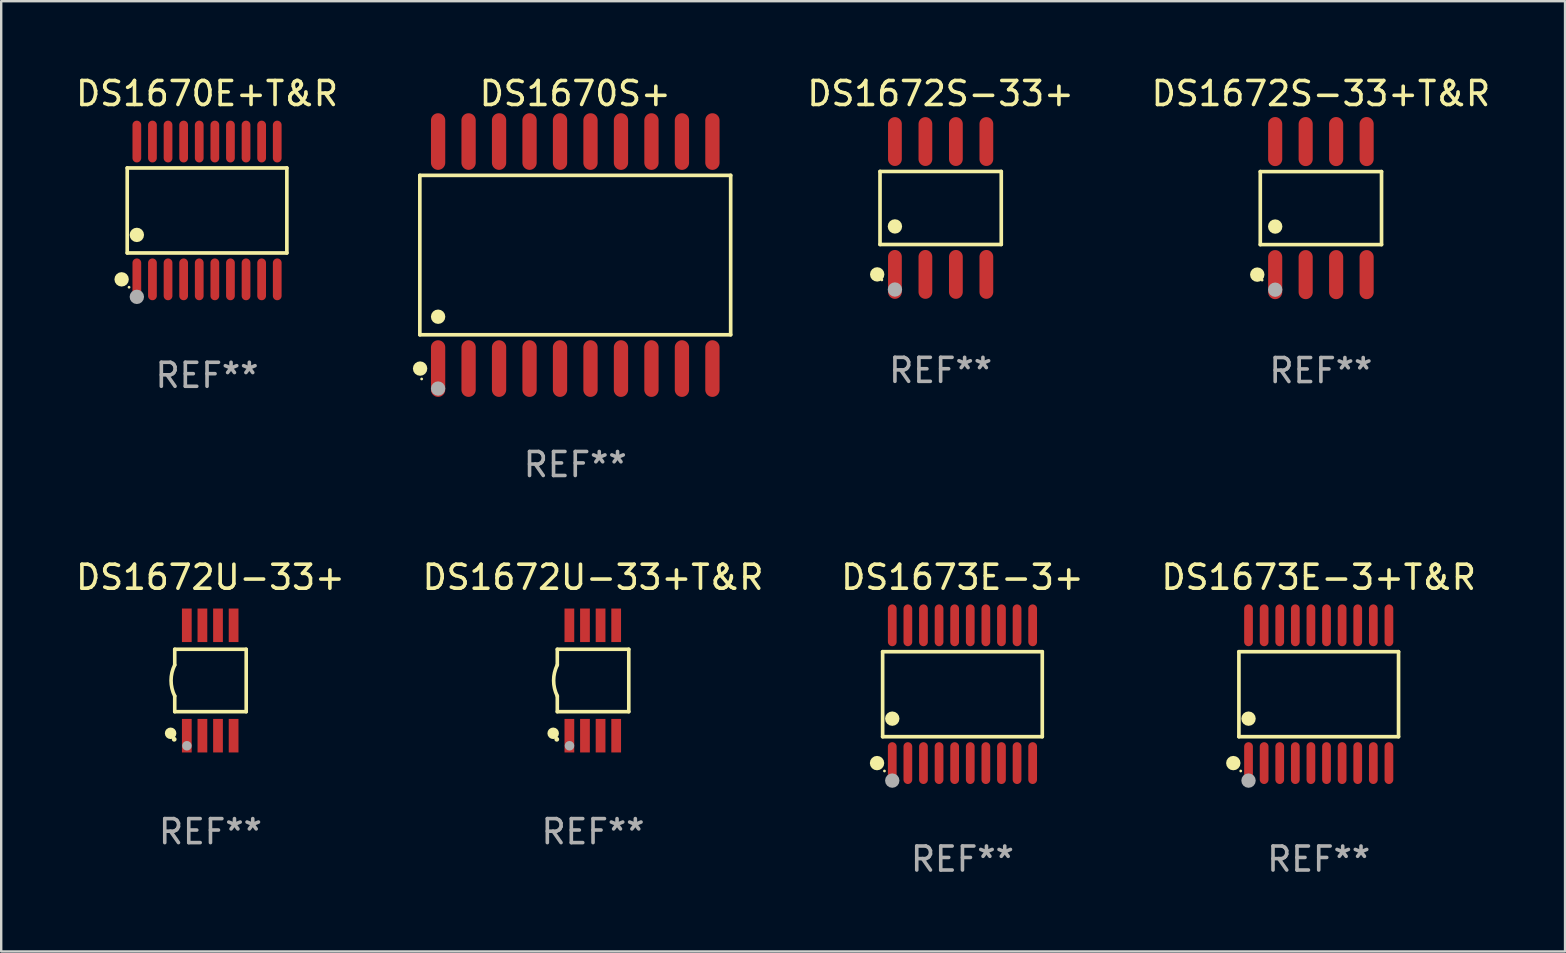
<source format=kicad_pcb>
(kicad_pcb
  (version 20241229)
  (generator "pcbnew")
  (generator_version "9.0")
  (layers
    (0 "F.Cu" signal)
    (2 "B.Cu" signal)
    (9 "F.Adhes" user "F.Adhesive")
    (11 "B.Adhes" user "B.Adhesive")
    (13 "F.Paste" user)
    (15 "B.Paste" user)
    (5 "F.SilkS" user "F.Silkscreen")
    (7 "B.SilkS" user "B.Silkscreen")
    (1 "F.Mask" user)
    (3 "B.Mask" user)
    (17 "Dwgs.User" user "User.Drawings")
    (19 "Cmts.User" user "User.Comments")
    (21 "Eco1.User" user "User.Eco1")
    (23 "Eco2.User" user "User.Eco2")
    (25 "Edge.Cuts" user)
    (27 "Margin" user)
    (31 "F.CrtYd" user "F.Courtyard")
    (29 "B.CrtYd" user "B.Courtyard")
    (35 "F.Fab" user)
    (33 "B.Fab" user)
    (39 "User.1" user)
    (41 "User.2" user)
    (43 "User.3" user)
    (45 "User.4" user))
  (footprint "DS1672U-33+"
    (layer "F.Cu")
    (at 5.72 25.305)
    (property "Reference" "DS1672U-33+" (at 0 -4.3 0) (layer "F.SilkS") (effects (font (size 1 1) (thickness 0.15))))
    (attr through_hole)
    (fp_line (start -1.489 -1.3) (end -1.489 -0.648) (stroke (width 0.15) (type solid)) (layer "F.SilkS"))
    (fp_line (start -1.489 0.648) (end -1.489 1.3) (stroke (width 0.15) (type solid)) (layer "F.SilkS"))
    (fp_line (start -1.489 1.3) (end 1.489 1.3) (stroke (width 0.15) (type solid)) (layer "F.SilkS"))
    (fp_line (start 1.489 -1.3) (end -1.489 -1.3) (stroke (width 0.15) (type solid)) (layer "F.SilkS"))
    (fp_line (start 1.489 1.3) (end 1.489 -1.3) (stroke (width 0.15) (type solid)) (layer "F.SilkS"))
    (fp_arc (start -1.489205 0.647702) (mid -1.642107 0) (end -1.489205 -0.647701) (stroke (width 0.150013) (type solid)) (layer "F.SilkS"))
    (fp_circle (center -1.661 2.2) (end -1.541 2.2) (stroke (width 0.24) (type solid)) (fill no) (layer "F.SilkS"))
    (fp_circle (center -1.511 2.45) (end -1.461 2.45) (stroke (width 0.1) (type solid)) (fill no) (layer "F.SilkS"))
    (fp_circle (center -0.981 2.72) (end -0.881 2.72) (stroke (width 0.2) (type solid)) (fill no) (layer "F.Fab"))
    (fp_text user "REF**" (at 0 6.3 0) (layer "F.Fab") (effects (font (size 1 1) (thickness 0.15))))
    (pad "1" smd rect (at -0.986 2.3) (size 0.406 1.397) (layers "F.Cu" "F.Mask" "F.Paste"))
    (pad "2" smd rect (at -0.336 2.3) (size 0.406 1.397) (layers "F.Cu" "F.Mask" "F.Paste"))
    (pad "3" smd rect (at 0.314 2.3) (size 0.406 1.397) (layers "F.Cu" "F.Mask" "F.Paste"))
    (pad "4" smd rect (at 0.964 2.3) (size 0.406 1.397) (layers "F.Cu" "F.Mask" "F.Paste"))
    (pad "5" smd rect (at 0.964 -2.3) (size 0.406 1.397) (layers "F.Cu" "F.Mask" "F.Paste"))
    (pad "6" smd rect (at 0.314 -2.3) (size 0.406 1.397) (layers "F.Cu" "F.Mask" "F.Paste"))
    (pad "7" smd rect (at -0.336 -2.3) (size 0.406 1.397) (layers "F.Cu" "F.Mask" "F.Paste"))
    (pad "8" smd rect (at -0.986 -2.3) (size 0.406 1.397) (layers "F.Cu" "F.Mask" "F.Paste")))
  (footprint "DS1672S-33+T&R"
    (layer "F.Cu")
    (at 51.99 5.621)
    (property "Reference" "DS1672S-33+T&R" (at 0 -4.772 0) (layer "F.SilkS") (effects (font (size 1 1) (thickness 0.15))))
    (attr through_hole)
    (fp_line (start -2.526 -1.521) (end 2.526 -1.521) (stroke (width 0.152) (type solid)) (layer "F.SilkS"))
    (fp_line (start -2.526 1.521) (end -2.526 -1.521) (stroke (width 0.152) (type solid)) (layer "F.SilkS"))
    (fp_line (start 2.526 -1.521) (end 2.526 1.521) (stroke (width 0.152) (type solid)) (layer "F.SilkS"))
    (fp_line (start 2.526 1.521) (end -2.526 1.521) (stroke (width 0.152) (type solid)) (layer "F.SilkS"))
    (fp_circle (center -2.652 2.772) (end -2.501 2.772) (stroke (width 0.3) (type solid)) (fill no) (layer "F.SilkS"))
    (fp_circle (center -2.45 3) (end -2.42 3) (stroke (width 0.06) (type solid)) (fill no) (layer "F.SilkS"))
    (fp_circle (center -1.905 0.769) (end -1.755 0.769) (stroke (width 0.3) (type solid)) (fill no) (layer "F.SilkS"))
    (fp_circle (center -1.905 3.4) (end -1.755 3.4) (stroke (width 0.3) (type solid)) (fill no) (layer "F.Fab"))
    (fp_text user "REF**" (at 0 6.772 0) (layer "F.Fab") (effects (font (size 1 1) (thickness 0.15))))
    (pad "1" smd oval (at -1.905 2.772) (size 0.588 2.045) (layers "F.Cu" "F.Mask" "F.Paste"))
    (pad "2" smd oval (at -0.635 2.772) (size 0.588 2.045) (layers "F.Cu" "F.Mask" "F.Paste"))
    (pad "3" smd oval (at 0.635 2.772) (size 0.588 2.045) (layers "F.Cu" "F.Mask" "F.Paste"))
    (pad "4" smd oval (at 1.905 2.772) (size 0.588 2.045) (layers "F.Cu" "F.Mask" "F.Paste"))
    (pad "5" smd oval (at 1.905 -2.772) (size 0.588 2.045) (layers "F.Cu" "F.Mask" "F.Paste"))
    (pad "6" smd oval (at 0.635 -2.772) (size 0.588 2.045) (layers "F.Cu" "F.Mask" "F.Paste"))
    (pad "7" smd oval (at -0.635 -2.772) (size 0.588 2.045) (layers "F.Cu" "F.Mask" "F.Paste"))
    (pad "8" smd oval (at -1.905 -2.772) (size 0.588 2.045) (layers "F.Cu" "F.Mask" "F.Paste")))
  (footprint "DS1670S+"
    (layer "F.Cu")
    (at 20.92 7.578)
    (property "Reference" "DS1670S+" (at 0 -6.73 0) (layer "F.SilkS") (effects (font (size 1 1) (thickness 0.15))))
    (attr through_hole)
    (fp_line (start -6.476 -3.321) (end 6.476 -3.321) (stroke (width 0.152) (type solid)) (layer "F.SilkS"))
    (fp_line (start -6.476 3.321) (end -6.476 -3.321) (stroke (width 0.152) (type solid)) (layer "F.SilkS"))
    (fp_line (start 6.476 -3.321) (end 6.476 3.321) (stroke (width 0.152) (type solid)) (layer "F.SilkS"))
    (fp_line (start 6.476 3.321) (end -6.476 3.321) (stroke (width 0.152) (type solid)) (layer "F.SilkS"))
    (fp_circle (center -6.465 4.73) (end -6.315 4.73) (stroke (width 0.3) (type solid)) (fill no) (layer "F.SilkS"))
    (fp_circle (center -6.4 5.163) (end -6.37 5.163) (stroke (width 0.06) (type solid)) (fill no) (layer "F.SilkS"))
    (fp_circle (center -5.715 2.569) (end -5.565 2.569) (stroke (width 0.3) (type solid)) (fill no) (layer "F.SilkS"))
    (fp_circle (center -5.715 5.563) (end -5.565 5.563) (stroke (width 0.3) (type solid)) (fill no) (layer "F.Fab"))
    (fp_text user "REF**" (at 0 8.73 0) (layer "F.Fab") (effects (font (size 1 1) (thickness 0.15))))
    (pad "1" smd oval (at -5.715 4.73) (size 0.595 2.36) (layers "F.Cu" "F.Mask" "F.Paste"))
    (pad "2" smd oval (at -4.445 4.73) (size 0.595 2.36) (layers "F.Cu" "F.Mask" "F.Paste"))
    (pad "3" smd oval (at -3.175 4.73) (size 0.595 2.36) (layers "F.Cu" "F.Mask" "F.Paste"))
    (pad "4" smd oval (at -1.905 4.73) (size 0.595 2.36) (layers "F.Cu" "F.Mask" "F.Paste"))
    (pad "5" smd oval (at -0.635 4.73) (size 0.595 2.36) (layers "F.Cu" "F.Mask" "F.Paste"))
    (pad "6" smd oval (at 0.635 4.73) (size 0.595 2.36) (layers "F.Cu" "F.Mask" "F.Paste"))
    (pad "7" smd oval (at 1.905 4.73) (size 0.595 2.36) (layers "F.Cu" "F.Mask" "F.Paste"))
    (pad "8" smd oval (at 3.175 4.73) (size 0.595 2.36) (layers "F.Cu" "F.Mask" "F.Paste"))
    (pad "9" smd oval (at 4.445 4.73) (size 0.595 2.36) (layers "F.Cu" "F.Mask" "F.Paste"))
    (pad "10" smd oval (at 5.715 4.73) (size 0.595 2.36) (layers "F.Cu" "F.Mask" "F.Paste"))
    (pad "11" smd oval (at 5.715 -4.73) (size 0.595 2.36) (layers "F.Cu" "F.Mask" "F.Paste"))
    (pad "12" smd oval (at 4.445 -4.73) (size 0.595 2.36) (layers "F.Cu" "F.Mask" "F.Paste"))
    (pad "13" smd oval (at 3.175 -4.73) (size 0.595 2.36) (layers "F.Cu" "F.Mask" "F.Paste"))
    (pad "14" smd oval (at 1.905 -4.73) (size 0.595 2.36) (layers "F.Cu" "F.Mask" "F.Paste"))
    (pad "15" smd oval (at 0.635 -4.73) (size 0.595 2.36) (layers "F.Cu" "F.Mask" "F.Paste"))
    (pad "16" smd oval (at -0.635 -4.73) (size 0.595 2.36) (layers "F.Cu" "F.Mask" "F.Paste"))
    (pad "17" smd oval (at -1.905 -4.73) (size 0.595 2.36) (layers "F.Cu" "F.Mask" "F.Paste"))
    (pad "18" smd oval (at -3.175 -4.73) (size 0.595 2.36) (layers "F.Cu" "F.Mask" "F.Paste"))
    (pad "19" smd oval (at -4.445 -4.73) (size 0.595 2.36) (layers "F.Cu" "F.Mask" "F.Paste"))
    (pad "20" smd oval (at -5.715 -4.73) (size 0.595 2.36) (layers "F.Cu" "F.Mask" "F.Paste")))
  (footprint "DS1672U-33+T&R"
    (layer "F.Cu")
    (at 21.661 25.305)
    (property "Reference" "DS1672U-33+T&R" (at 0 -4.3 0) (layer "F.SilkS") (effects (font (size 1 1) (thickness 0.15))))
    (attr through_hole)
    (fp_line (start -1.489 -1.3) (end -1.489 -0.648) (stroke (width 0.15) (type solid)) (layer "F.SilkS"))
    (fp_line (start -1.489 0.648) (end -1.489 1.3) (stroke (width 0.15) (type solid)) (layer "F.SilkS"))
    (fp_line (start -1.489 1.3) (end 1.489 1.3) (stroke (width 0.15) (type solid)) (layer "F.SilkS"))
    (fp_line (start 1.489 -1.3) (end -1.489 -1.3) (stroke (width 0.15) (type solid)) (layer "F.SilkS"))
    (fp_line (start 1.489 1.3) (end 1.489 -1.3) (stroke (width 0.15) (type solid)) (layer "F.SilkS"))
    (fp_arc (start -1.489205 0.647702) (mid -1.642107 0) (end -1.489205 -0.647701) (stroke (width 0.150013) (type solid)) (layer "F.SilkS"))
    (fp_circle (center -1.661 2.2) (end -1.541 2.2) (stroke (width 0.24) (type solid)) (fill no) (layer "F.SilkS"))
    (fp_circle (center -1.511 2.45) (end -1.461 2.45) (stroke (width 0.1) (type solid)) (fill no) (layer "F.SilkS"))
    (fp_circle (center -0.981 2.72) (end -0.881 2.72) (stroke (width 0.2) (type solid)) (fill no) (layer "F.Fab"))
    (fp_text user "REF**" (at 0 6.3 0) (layer "F.Fab") (effects (font (size 1 1) (thickness 0.15))))
    (pad "1" smd rect (at -0.986 2.3) (size 0.406 1.397) (layers "F.Cu" "F.Mask" "F.Paste"))
    (pad "2" smd rect (at -0.336 2.3) (size 0.406 1.397) (layers "F.Cu" "F.Mask" "F.Paste"))
    (pad "3" smd rect (at 0.314 2.3) (size 0.406 1.397) (layers "F.Cu" "F.Mask" "F.Paste"))
    (pad "4" smd rect (at 0.964 2.3) (size 0.406 1.397) (layers "F.Cu" "F.Mask" "F.Paste"))
    (pad "5" smd rect (at 0.964 -2.3) (size 0.406 1.397) (layers "F.Cu" "F.Mask" "F.Paste"))
    (pad "6" smd rect (at 0.314 -2.3) (size 0.406 1.397) (layers "F.Cu" "F.Mask" "F.Paste"))
    (pad "7" smd rect (at -0.336 -2.3) (size 0.406 1.397) (layers "F.Cu" "F.Mask" "F.Paste"))
    (pad "8" smd rect (at -0.986 -2.3) (size 0.406 1.397) (layers "F.Cu" "F.Mask" "F.Paste")))
  (footprint "DS1672S-33+"
    (layer "F.Cu")
    (at 36.145 5.616)
    (property "Reference" "DS1672S-33+" (at 0 -4.768 0) (layer "F.SilkS") (effects (font (size 1 1) (thickness 0.15))))
    (attr through_hole)
    (fp_line (start -2.526 -1.521) (end 2.526 -1.521) (stroke (width 0.152) (type solid)) (layer "F.SilkS"))
    (fp_line (start -2.526 1.521) (end -2.526 -1.521) (stroke (width 0.152) (type solid)) (layer "F.SilkS"))
    (fp_line (start 2.526 -1.521) (end 2.526 1.521) (stroke (width 0.152) (type solid)) (layer "F.SilkS"))
    (fp_line (start 2.526 1.521) (end -2.526 1.521) (stroke (width 0.152) (type solid)) (layer "F.SilkS"))
    (fp_circle (center -2.644 2.768) (end -2.494 2.768) (stroke (width 0.3) (type solid)) (fill no) (layer "F.SilkS"))
    (fp_circle (center -2.45 2.998) (end -2.42 2.998) (stroke (width 0.06) (type solid)) (fill no) (layer "F.SilkS"))
    (fp_circle (center -1.905 0.769) (end -1.755 0.769) (stroke (width 0.3) (type solid)) (fill no) (layer "F.SilkS"))
    (fp_circle (center -1.905 3.398) (end -1.755 3.398) (stroke (width 0.3) (type solid)) (fill no) (layer "F.Fab"))
    (fp_text user "REF**" (at 0 6.768 0) (layer "F.Fab") (effects (font (size 1 1) (thickness 0.15))))
    (pad "1" smd oval (at -1.905 2.768) (size 0.574 2.036) (layers "F.Cu" "F.Mask" "F.Paste"))
    (pad "2" smd oval (at -0.635 2.768) (size 0.574 2.036) (layers "F.Cu" "F.Mask" "F.Paste"))
    (pad "3" smd oval (at 0.635 2.768) (size 0.574 2.036) (layers "F.Cu" "F.Mask" "F.Paste"))
    (pad "4" smd oval (at 1.905 2.768) (size 0.574 2.036) (layers "F.Cu" "F.Mask" "F.Paste"))
    (pad "5" smd oval (at 1.905 -2.768) (size 0.574 2.036) (layers "F.Cu" "F.Mask" "F.Paste"))
    (pad "6" smd oval (at 0.635 -2.768) (size 0.574 2.036) (layers "F.Cu" "F.Mask" "F.Paste"))
    (pad "7" smd oval (at -0.635 -2.768) (size 0.574 2.036) (layers "F.Cu" "F.Mask" "F.Paste"))
    (pad "8" smd oval (at -1.905 -2.768) (size 0.574 2.036) (layers "F.Cu" "F.Mask" "F.Paste")))
  (footprint "DS1670E+T&R"
    (layer "F.Cu")
    (at 5.577 5.719)
    (property "Reference" "DS1670E+T&R" (at 0 -4.871 0) (layer "F.SilkS") (effects (font (size 1 1) (thickness 0.15))))
    (attr through_hole)
    (fp_line (start -3.326 -1.771) (end 3.326 -1.771) (stroke (width 0.152) (type solid)) (layer "F.SilkS"))
    (fp_line (start -3.326 1.771) (end -3.326 -1.771) (stroke (width 0.152) (type solid)) (layer "F.SilkS"))
    (fp_line (start 3.326 -1.771) (end 3.326 1.771) (stroke (width 0.152) (type solid)) (layer "F.SilkS"))
    (fp_line (start 3.326 1.771) (end -3.326 1.771) (stroke (width 0.152) (type solid)) (layer "F.SilkS"))
    (fp_circle (center -3.559 2.871) (end -3.409 2.871) (stroke (width 0.3) (type solid)) (fill no) (layer "F.SilkS"))
    (fp_circle (center -3.25 3.2) (end -3.22 3.2) (stroke (width 0.06) (type solid)) (fill no) (layer "F.SilkS"))
    (fp_circle (center -2.925 1.019) (end -2.775 1.019) (stroke (width 0.3) (type solid)) (fill no) (layer "F.SilkS"))
    (fp_circle (center -2.925 3.6) (end -2.775 3.6) (stroke (width 0.3) (type solid)) (fill no) (layer "F.Fab"))
    (fp_text user "REF**" (at 0 6.871 0) (layer "F.Fab") (effects (font (size 1 1) (thickness 0.15))))
    (pad "1" smd oval (at -2.925 2.871) (size 0.364 1.742) (layers "F.Cu" "F.Mask" "F.Paste"))
    (pad "2" smd oval (at -2.275 2.871) (size 0.364 1.742) (layers "F.Cu" "F.Mask" "F.Paste"))
    (pad "3" smd oval (at -1.625 2.871) (size 0.364 1.742) (layers "F.Cu" "F.Mask" "F.Paste"))
    (pad "4" smd oval (at -0.975 2.871) (size 0.364 1.742) (layers "F.Cu" "F.Mask" "F.Paste"))
    (pad "5" smd oval (at -0.325 2.871) (size 0.364 1.742) (layers "F.Cu" "F.Mask" "F.Paste"))
    (pad "6" smd oval (at 0.325 2.871) (size 0.364 1.742) (layers "F.Cu" "F.Mask" "F.Paste"))
    (pad "7" smd oval (at 0.975 2.871) (size 0.364 1.742) (layers "F.Cu" "F.Mask" "F.Paste"))
    (pad "8" smd oval (at 1.625 2.871) (size 0.364 1.742) (layers "F.Cu" "F.Mask" "F.Paste"))
    (pad "9" smd oval (at 2.275 2.871) (size 0.364 1.742) (layers "F.Cu" "F.Mask" "F.Paste"))
    (pad "10" smd oval (at 2.925 2.871) (size 0.364 1.742) (layers "F.Cu" "F.Mask" "F.Paste"))
    (pad "11" smd oval (at 2.925 -2.871) (size 0.364 1.742) (layers "F.Cu" "F.Mask" "F.Paste"))
    (pad "12" smd oval (at 2.275 -2.871) (size 0.364 1.742) (layers "F.Cu" "F.Mask" "F.Paste"))
    (pad "13" smd oval (at 1.625 -2.871) (size 0.364 1.742) (layers "F.Cu" "F.Mask" "F.Paste"))
    (pad "14" smd oval (at 0.975 -2.871) (size 0.364 1.742) (layers "F.Cu" "F.Mask" "F.Paste"))
    (pad "15" smd oval (at 0.325 -2.871) (size 0.364 1.742) (layers "F.Cu" "F.Mask" "F.Paste"))
    (pad "16" smd oval (at -0.325 -2.871) (size 0.364 1.742) (layers "F.Cu" "F.Mask" "F.Paste"))
    (pad "17" smd oval (at -0.975 -2.871) (size 0.364 1.742) (layers "F.Cu" "F.Mask" "F.Paste"))
    (pad "18" smd oval (at -1.625 -2.871) (size 0.364 1.742) (layers "F.Cu" "F.Mask" "F.Paste"))
    (pad "19" smd oval (at -2.275 -2.871) (size 0.364 1.742) (layers "F.Cu" "F.Mask" "F.Paste"))
    (pad "20" smd oval (at -2.925 -2.871) (size 0.364 1.742) (layers "F.Cu" "F.Mask" "F.Paste")))
  (footprint "DS1673E-3+T&R"
    (layer "F.Cu")
    (at 51.899 25.876)
    (property "Reference" "DS1673E-3+T&R" (at 0 -4.871 0) (layer "F.SilkS") (effects (font (size 1 1) (thickness 0.15))))
    (attr through_hole)
    (fp_line (start -3.326 -1.771) (end 3.326 -1.771) (stroke (width 0.152) (type solid)) (layer "F.SilkS"))
    (fp_line (start -3.326 1.771) (end -3.326 -1.771) (stroke (width 0.152) (type solid)) (layer "F.SilkS"))
    (fp_line (start 3.326 -1.771) (end 3.326 1.771) (stroke (width 0.152) (type solid)) (layer "F.SilkS"))
    (fp_line (start 3.326 1.771) (end -3.326 1.771) (stroke (width 0.152) (type solid)) (layer "F.SilkS"))
    (fp_circle (center -3.559 2.871) (end -3.409 2.871) (stroke (width 0.3) (type solid)) (fill no) (layer "F.SilkS"))
    (fp_circle (center -3.25 3.2) (end -3.22 3.2) (stroke (width 0.06) (type solid)) (fill no) (layer "F.SilkS"))
    (fp_circle (center -2.925 1.019) (end -2.775 1.019) (stroke (width 0.3) (type solid)) (fill no) (layer "F.SilkS"))
    (fp_circle (center -2.925 3.6) (end -2.775 3.6) (stroke (width 0.3) (type solid)) (fill no) (layer "F.Fab"))
    (fp_text user "REF**" (at 0 6.871 0) (layer "F.Fab") (effects (font (size 1 1) (thickness 0.15))))
    (pad "1" smd oval (at -2.925 2.871) (size 0.364 1.742) (layers "F.Cu" "F.Mask" "F.Paste"))
    (pad "2" smd oval (at -2.275 2.871) (size 0.364 1.742) (layers "F.Cu" "F.Mask" "F.Paste"))
    (pad "3" smd oval (at -1.625 2.871) (size 0.364 1.742) (layers "F.Cu" "F.Mask" "F.Paste"))
    (pad "4" smd oval (at -0.975 2.871) (size 0.364 1.742) (layers "F.Cu" "F.Mask" "F.Paste"))
    (pad "5" smd oval (at -0.325 2.871) (size 0.364 1.742) (layers "F.Cu" "F.Mask" "F.Paste"))
    (pad "6" smd oval (at 0.325 2.871) (size 0.364 1.742) (layers "F.Cu" "F.Mask" "F.Paste"))
    (pad "7" smd oval (at 0.975 2.871) (size 0.364 1.742) (layers "F.Cu" "F.Mask" "F.Paste"))
    (pad "8" smd oval (at 1.625 2.871) (size 0.364 1.742) (layers "F.Cu" "F.Mask" "F.Paste"))
    (pad "9" smd oval (at 2.275 2.871) (size 0.364 1.742) (layers "F.Cu" "F.Mask" "F.Paste"))
    (pad "10" smd oval (at 2.925 2.871) (size 0.364 1.742) (layers "F.Cu" "F.Mask" "F.Paste"))
    (pad "11" smd oval (at 2.925 -2.871) (size 0.364 1.742) (layers "F.Cu" "F.Mask" "F.Paste"))
    (pad "12" smd oval (at 2.275 -2.871) (size 0.364 1.742) (layers "F.Cu" "F.Mask" "F.Paste"))
    (pad "13" smd oval (at 1.625 -2.871) (size 0.364 1.742) (layers "F.Cu" "F.Mask" "F.Paste"))
    (pad "14" smd oval (at 0.975 -2.871) (size 0.364 1.742) (layers "F.Cu" "F.Mask" "F.Paste"))
    (pad "15" smd oval (at 0.325 -2.871) (size 0.364 1.742) (layers "F.Cu" "F.Mask" "F.Paste"))
    (pad "16" smd oval (at -0.325 -2.871) (size 0.364 1.742) (layers "F.Cu" "F.Mask" "F.Paste"))
    (pad "17" smd oval (at -0.975 -2.871) (size 0.364 1.742) (layers "F.Cu" "F.Mask" "F.Paste"))
    (pad "18" smd oval (at -1.625 -2.871) (size 0.364 1.742) (layers "F.Cu" "F.Mask" "F.Paste"))
    (pad "19" smd oval (at -2.275 -2.871) (size 0.364 1.742) (layers "F.Cu" "F.Mask" "F.Paste"))
    (pad "20" smd oval (at -2.925 -2.871) (size 0.364 1.742) (layers "F.Cu" "F.Mask" "F.Paste")))
  (footprint "DS1673E-3+"
    (layer "F.Cu")
    (at 37.054 25.876)
    (property "Reference" "DS1673E-3+" (at 0 -4.871 0) (layer "F.SilkS") (effects (font (size 1 1) (thickness 0.15))))
    (attr through_hole)
    (fp_line (start -3.326 -1.771) (end 3.326 -1.771) (stroke (width 0.152) (type solid)) (layer "F.SilkS"))
    (fp_line (start -3.326 1.771) (end -3.326 -1.771) (stroke (width 0.152) (type solid)) (layer "F.SilkS"))
    (fp_line (start 3.326 -1.771) (end 3.326 1.771) (stroke (width 0.152) (type solid)) (layer "F.SilkS"))
    (fp_line (start 3.326 1.771) (end -3.326 1.771) (stroke (width 0.152) (type solid)) (layer "F.SilkS"))
    (fp_circle (center -3.559 2.871) (end -3.409 2.871) (stroke (width 0.3) (type solid)) (fill no) (layer "F.SilkS"))
    (fp_circle (center -3.25 3.2) (end -3.22 3.2) (stroke (width 0.06) (type solid)) (fill no) (layer "F.SilkS"))
    (fp_circle (center -2.925 1.019) (end -2.775 1.019) (stroke (width 0.3) (type solid)) (fill no) (layer "F.SilkS"))
    (fp_circle (center -2.925 3.6) (end -2.775 3.6) (stroke (width 0.3) (type solid)) (fill no) (layer "F.Fab"))
    (fp_text user "REF**" (at 0 6.871 0) (layer "F.Fab") (effects (font (size 1 1) (thickness 0.15))))
    (pad "1" smd oval (at -2.925 2.871) (size 0.364 1.742) (layers "F.Cu" "F.Mask" "F.Paste"))
    (pad "2" smd oval (at -2.275 2.871) (size 0.364 1.742) (layers "F.Cu" "F.Mask" "F.Paste"))
    (pad "3" smd oval (at -1.625 2.871) (size 0.364 1.742) (layers "F.Cu" "F.Mask" "F.Paste"))
    (pad "4" smd oval (at -0.975 2.871) (size 0.364 1.742) (layers "F.Cu" "F.Mask" "F.Paste"))
    (pad "5" smd oval (at -0.325 2.871) (size 0.364 1.742) (layers "F.Cu" "F.Mask" "F.Paste"))
    (pad "6" smd oval (at 0.325 2.871) (size 0.364 1.742) (layers "F.Cu" "F.Mask" "F.Paste"))
    (pad "7" smd oval (at 0.975 2.871) (size 0.364 1.742) (layers "F.Cu" "F.Mask" "F.Paste"))
    (pad "8" smd oval (at 1.625 2.871) (size 0.364 1.742) (layers "F.Cu" "F.Mask" "F.Paste"))
    (pad "9" smd oval (at 2.275 2.871) (size 0.364 1.742) (layers "F.Cu" "F.Mask" "F.Paste"))
    (pad "10" smd oval (at 2.925 2.871) (size 0.364 1.742) (layers "F.Cu" "F.Mask" "F.Paste"))
    (pad "11" smd oval (at 2.925 -2.871) (size 0.364 1.742) (layers "F.Cu" "F.Mask" "F.Paste"))
    (pad "12" smd oval (at 2.275 -2.871) (size 0.364 1.742) (layers "F.Cu" "F.Mask" "F.Paste"))
    (pad "13" smd oval (at 1.625 -2.871) (size 0.364 1.742) (layers "F.Cu" "F.Mask" "F.Paste"))
    (pad "14" smd oval (at 0.975 -2.871) (size 0.364 1.742) (layers "F.Cu" "F.Mask" "F.Paste"))
    (pad "15" smd oval (at 0.325 -2.871) (size 0.364 1.742) (layers "F.Cu" "F.Mask" "F.Paste"))
    (pad "16" smd oval (at -0.325 -2.871) (size 0.364 1.742) (layers "F.Cu" "F.Mask" "F.Paste"))
    (pad "17" smd oval (at -0.975 -2.871) (size 0.364 1.742) (layers "F.Cu" "F.Mask" "F.Paste"))
    (pad "18" smd oval (at -1.625 -2.871) (size 0.364 1.742) (layers "F.Cu" "F.Mask" "F.Paste"))
    (pad "19" smd oval (at -2.275 -2.871) (size 0.364 1.742) (layers "F.Cu" "F.Mask" "F.Paste"))
    (pad "20" smd oval (at -2.925 -2.871) (size 0.364 1.742) (layers "F.Cu" "F.Mask" "F.Paste")))
  (gr_rect
    (start -3 -3)
    (end 62.163 36.595)
    (stroke (width 0.1) (type default))
    (fill no)
    (layer "Edge.Cuts")))
</source>
